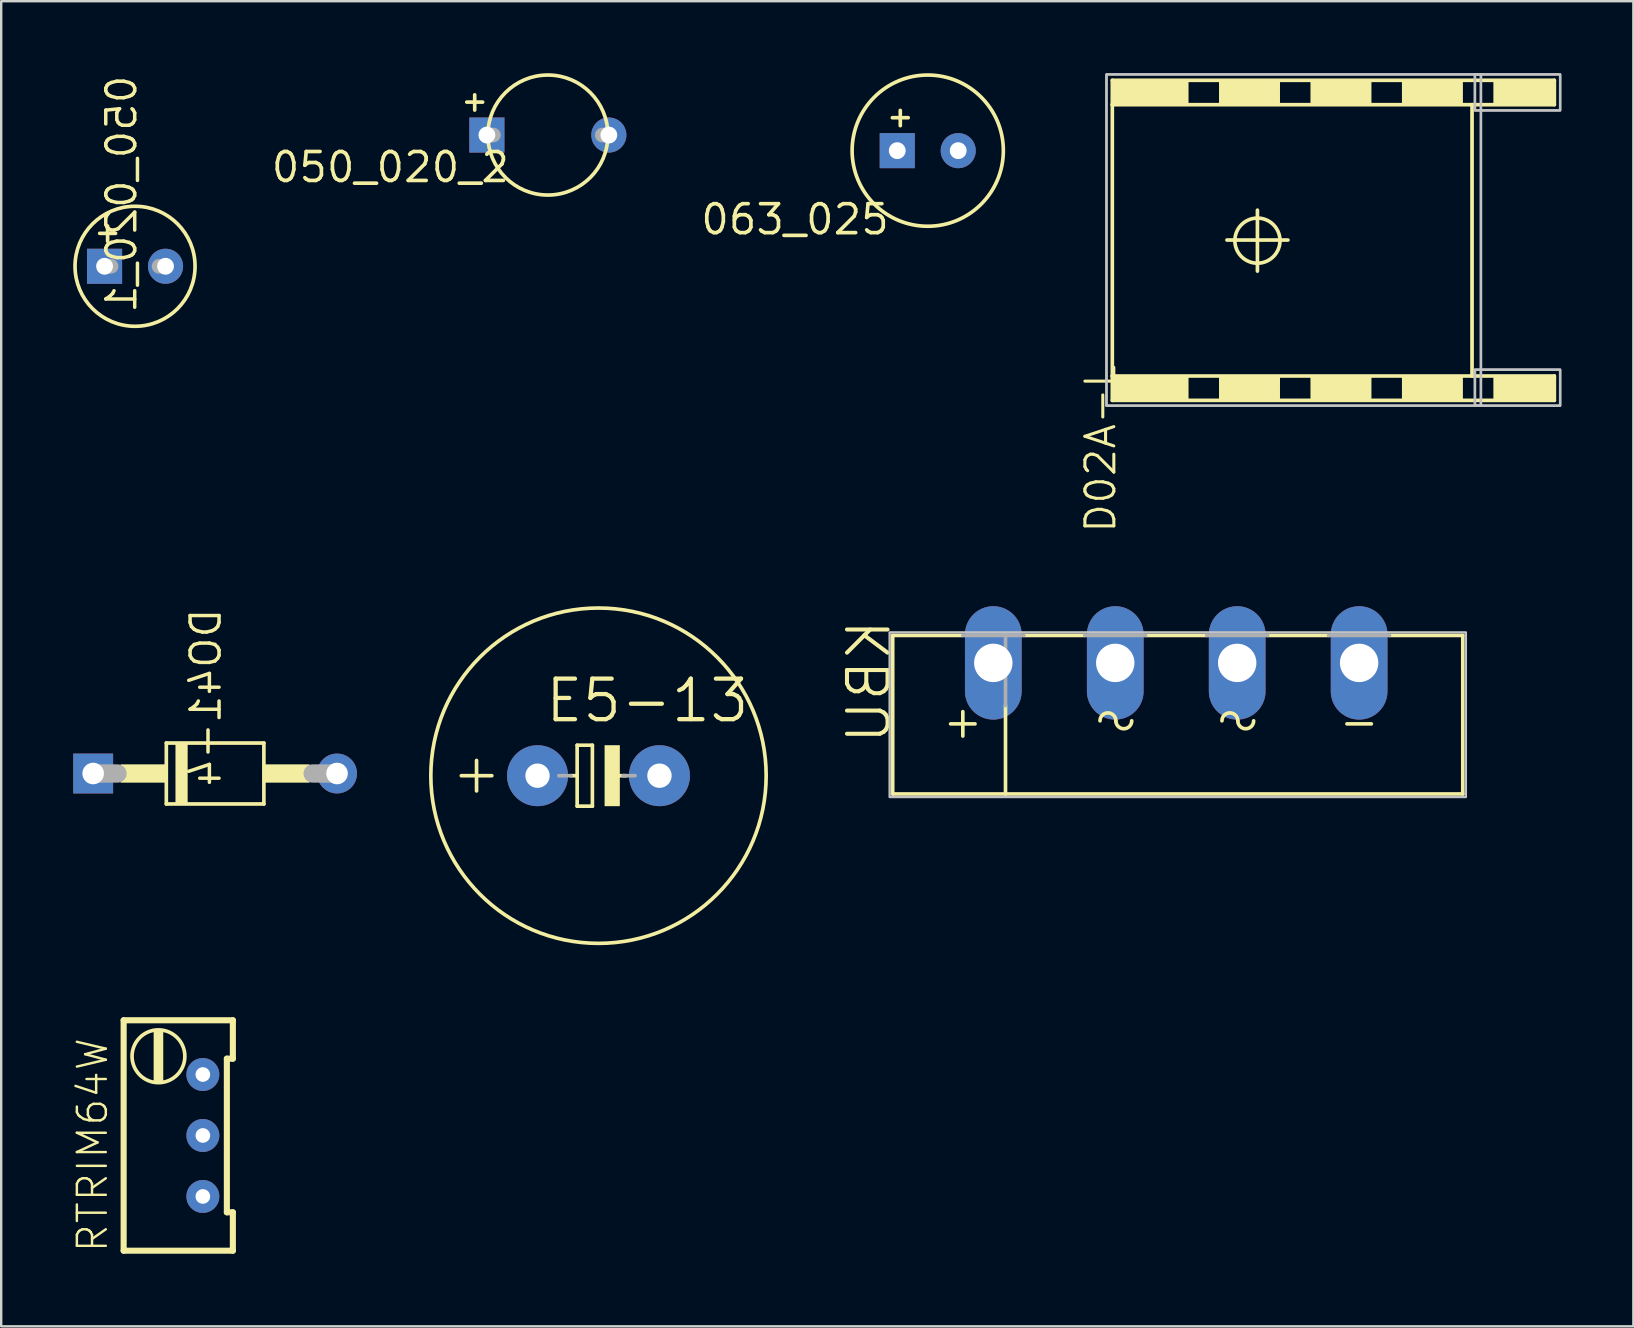
<source format=kicad_pcb>
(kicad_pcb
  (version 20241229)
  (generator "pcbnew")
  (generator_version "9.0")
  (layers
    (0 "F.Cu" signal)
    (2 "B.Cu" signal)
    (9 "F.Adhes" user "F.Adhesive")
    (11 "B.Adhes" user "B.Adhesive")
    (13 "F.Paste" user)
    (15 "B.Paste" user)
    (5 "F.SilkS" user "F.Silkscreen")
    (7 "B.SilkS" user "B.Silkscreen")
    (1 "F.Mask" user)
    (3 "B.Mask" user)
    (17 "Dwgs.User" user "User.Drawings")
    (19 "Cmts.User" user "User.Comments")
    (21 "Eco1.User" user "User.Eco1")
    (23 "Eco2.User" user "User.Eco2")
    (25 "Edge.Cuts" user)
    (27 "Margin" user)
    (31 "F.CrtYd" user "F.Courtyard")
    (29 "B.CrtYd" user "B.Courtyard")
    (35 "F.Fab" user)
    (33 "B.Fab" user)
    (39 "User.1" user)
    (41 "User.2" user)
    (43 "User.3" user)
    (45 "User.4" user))
  (footprint "050_020_1"
    (layer "F.Cu")
    (at 2.576 8.043)
    (property "Reference" "050_020_1" (at -1.27 2.032 270) (layer "F.SilkS") (effects (font (size 1.206 1.206) (thickness 0.145)) (justify right top mirror)))
    (attr through_hole)
    (fp_line (start -1.143 -1.676) (end -1.143 -1.041) (stroke (width 0.152) (type solid)) (layer "F.SilkS"))
    (fp_line (start -0.813 -1.372) (end -1.473 -1.372) (stroke (width 0.152) (type solid)) (layer "F.SilkS"))
    (fp_circle (center 0 0) (end 2.5 0) (stroke (width 0.152) (type solid)) (fill no) (layer "F.SilkS"))
    (fp_line (start -1 0) (end -1.25 0) (stroke (width 0.61) (type solid)) (layer "F.Fab"))
    (fp_line (start 1 0) (end 1.25 0) (stroke (width 0.61) (type solid)) (layer "F.Fab"))
    (pad "+" thru_hole rect (at -1.27 0) (size 1.462 1.462) (drill 0.7) (layers "*.Cu" "*.Mask"))
    (pad "-" thru_hole circle (at 1.27 0) (size 1.462 1.462) (drill 0.7) (layers "*.Cu" "*.Mask")))
  (footprint "KBU"
    (layer "F.Cu")
    (at 45.951 27.106)
    (property "Reference" "KBU" (at -11.811 -4.445 270) (layer "F.SilkS") (effects (font (size 1.689 1.689) (thickness 0.169)) (justify left bottom mirror)))
    (attr through_hole)
    (fp_line (start -11.811 -3.683) (end -8.89 -3.683) (stroke (width 0.152) (type solid)) (layer "F.SilkS"))
    (fp_line (start -11.811 2.921) (end -11.811 -3.683) (stroke (width 0.152) (type solid)) (layer "F.SilkS"))
    (fp_line (start -11.811 2.921) (end -7.112 2.921) (stroke (width 0.152) (type solid)) (layer "F.SilkS"))
    (fp_line (start -9.398 0) (end -8.382 0) (stroke (width 0.152) (type solid)) (layer "F.SilkS"))
    (fp_line (start -8.89 0.508) (end -8.89 -0.508) (stroke (width 0.152) (type solid)) (layer "F.SilkS"))
    (fp_line (start -7.112 -0.762) (end -7.112 2.921) (stroke (width 0.152) (type solid)) (layer "F.SilkS"))
    (fp_line (start -7.112 2.921) (end 11.938 2.921) (stroke (width 0.152) (type solid)) (layer "F.SilkS"))
    (fp_line (start -3.81 -3.683) (end -6.35 -3.683) (stroke (width 0.152) (type solid)) (layer "F.SilkS"))
    (fp_line (start -1.27 -3.683) (end 1.27 -3.683) (stroke (width 0.152) (type solid)) (layer "F.SilkS"))
    (fp_line (start 3.81 -3.683) (end 6.35 -3.683) (stroke (width 0.152) (type solid)) (layer "F.SilkS"))
    (fp_line (start 7.112 0) (end 8.128 0) (stroke (width 0.152) (type solid)) (layer "F.SilkS"))
    (fp_line (start 8.89 -3.683) (end 11.938 -3.683) (stroke (width 0.152) (type solid)) (layer "F.SilkS"))
    (fp_line (start 11.938 -3.683) (end 11.938 2.921) (stroke (width 0.152) (type solid)) (layer "F.SilkS"))
    (fp_arc (start -3.175 -0.127) (mid -2.844799 -0.457199) (end -2.5146 -0.126998) (stroke (width 0.1524) (type solid)) (layer "F.SilkS"))
    (fp_arc (start -1.8542 -0.127) (mid -2.1844 0.2032) (end -2.5146 -0.127) (stroke (width 0.1524) (type solid)) (layer "F.SilkS"))
    (fp_arc (start 1.905 -0.127) (mid 2.235201 -0.457199) (end 2.5654 -0.126998) (stroke (width 0.1524) (type solid)) (layer "F.SilkS"))
    (fp_arc (start 3.2258 -0.127) (mid 2.8956 0.2032) (end 2.5654 -0.127) (stroke (width 0.1524) (type solid)) (layer "F.SilkS"))
    (fp_poly (pts (xy -11.938 3.048) (xy 12.065 3.048) (xy 12.065 -3.81) (xy -11.938 -3.81)) (stroke (width 0.1) (type solid)) (fill no) (layer "Dwgs.User"))
    (fp_line (start -8.89 -3.683) (end -7.112 -3.683) (stroke (width 0.152) (type solid)) (layer "F.Fab"))
    (fp_line (start -7.112 -3.683) (end -7.112 -0.762) (stroke (width 0.152) (type solid)) (layer "F.Fab"))
    (fp_line (start -7.112 -3.683) (end -6.35 -3.683) (stroke (width 0.152) (type solid)) (layer "F.Fab"))
    (fp_line (start -1.27 -3.683) (end -3.81 -3.683) (stroke (width 0.152) (type solid)) (layer "F.Fab"))
    (fp_line (start 3.81 -3.683) (end 1.27 -3.683) (stroke (width 0.152) (type solid)) (layer "F.Fab"))
    (fp_line (start 8.89 -3.683) (end 6.35 -3.683) (stroke (width 0.152) (type solid)) (layer "F.Fab"))
    (pad "+" thru_hole oval (at -7.62 -2.54 90) (size 4.724 2.362) (drill 1.6) (layers "*.Cu" "*.Mask"))
    (pad "-" thru_hole oval (at 7.62 -2.54 90) (size 4.724 2.362) (drill 1.6) (layers "*.Cu" "*.Mask"))
    (pad "AC1" thru_hole oval (at -2.54 -2.54 90) (size 4.724 2.362) (drill 1.6) (layers "*.Cu" "*.Mask"))
    (pad "AC2" thru_hole oval (at 2.54 -2.54 90) (size 4.724 2.362) (drill 1.6) (layers "*.Cu" "*.Mask")))
  (footprint "E5-13"
    (layer "F.Cu")
    (at 21.883 29.265)
    (property "Reference" "E5-13" (at 6.375 -4.115 0) (layer "F.SilkS") (effects (font (size 1.689 1.689) (thickness 0.178)) (justify right top)))
    (attr through_hole)
    (fp_line (start -5.715 0) (end -4.445 0) (stroke (width 0.152) (type solid)) (layer "F.SilkS"))
    (fp_line (start -5.08 0.635) (end -5.08 -0.635) (stroke (width 0.152) (type solid)) (layer "F.SilkS"))
    (fp_line (start -1.143 0) (end -0.889 0) (stroke (width 0.152) (type solid)) (layer "F.SilkS"))
    (fp_line (start -0.889 -1.27) (end -0.889 0) (stroke (width 0.152) (type solid)) (layer "F.SilkS"))
    (fp_line (start -0.889 0) (end -0.889 1.27) (stroke (width 0.152) (type solid)) (layer "F.SilkS"))
    (fp_line (start -0.889 1.27) (end -0.254 1.27) (stroke (width 0.152) (type solid)) (layer "F.SilkS"))
    (fp_line (start -0.254 -1.27) (end -0.889 -1.27) (stroke (width 0.152) (type solid)) (layer "F.SilkS"))
    (fp_line (start -0.254 1.27) (end -0.254 -1.27) (stroke (width 0.152) (type solid)) (layer "F.SilkS"))
    (fp_line (start 0.635 0) (end 1.143 0) (stroke (width 0.152) (type solid)) (layer "F.SilkS"))
    (fp_circle (center 0 0) (end 6.985 0) (stroke (width 0.152) (type solid)) (fill no) (layer "F.SilkS"))
    (fp_poly (pts (xy 0.254 1.27) (xy 0.889 1.27) (xy 0.889 -1.27) (xy 0.254 -1.27)) (stroke (width 0) (type solid)) (fill yes) (layer "F.SilkS"))
    (fp_line (start -1.651 0) (end -1.143 0) (stroke (width 0.152) (type solid)) (layer "F.Fab"))
    (fp_line (start 1.016 0) (end 1.524 0) (stroke (width 0.152) (type solid)) (layer "F.Fab"))
    (pad "+" thru_hole circle (at -2.54 0) (size 2.54 2.54) (drill 1.016) (layers "*.Cu" "*.Mask"))
    (pad "-" thru_hole circle (at 2.54 0) (size 2.54 2.54) (drill 1.016) (layers "*.Cu" "*.Mask")))
  (footprint "DO41-4"
    (layer "F.Cu")
    (at 5.911 29.174)
    (property "Reference" "DO41-4" (at -1.092 0.635 270) (layer "F.SilkS") (effects (font (size 1.206 1.206) (thickness 0.145)) (justify right top mirror)))
    (attr through_hole)
    (fp_line (start -2.032 -1.27) (end -2.032 1.27) (stroke (width 0.152) (type solid)) (layer "F.SilkS"))
    (fp_line (start -2.032 -1.27) (end 2.032 -1.27) (stroke (width 0.152) (type solid)) (layer "F.SilkS"))
    (fp_line (start 2.032 1.27) (end -2.032 1.27) (stroke (width 0.152) (type solid)) (layer "F.SilkS"))
    (fp_line (start 2.032 1.27) (end 2.032 -1.27) (stroke (width 0.152) (type solid)) (layer "F.SilkS"))
    (fp_poly (pts (xy -3.937 0.381) (xy -2.032 0.381) (xy -2.032 -0.381) (xy -3.937 -0.381)) (stroke (width 0) (type solid)) (fill yes) (layer "F.SilkS"))
    (fp_poly (pts (xy -1.651 1.27) (xy -1.143 1.27) (xy -1.143 -1.27) (xy -1.651 -1.27)) (stroke (width 0) (type solid)) (fill yes) (layer "F.SilkS"))
    (fp_poly (pts (xy 2.032 0.381) (xy 3.937 0.381) (xy 3.937 -0.381) (xy 2.032 -0.381)) (stroke (width 0) (type solid)) (fill yes) (layer "F.SilkS"))
    (fp_line (start -5.08 0) (end -4.064 0) (stroke (width 0.762) (type solid)) (layer "F.Fab"))
    (fp_line (start 5.08 0) (end 4.064 0) (stroke (width 0.762) (type solid)) (layer "F.Fab"))
    (pad "A" thru_hole circle (at 5.08 0) (size 1.662 1.662) (drill 0.9) (layers "*.Cu" "*.Mask"))
    (pad "C" thru_hole rect (at -5.08 0) (size 1.662 1.662) (drill 0.9) (layers "*.Cu" "*.Mask")))
  (footprint "050_020_2"
    (layer "F.Cu")
    (at 19.774 2.576)
    (property "Reference" "050_020_2" (at -1.524 0.635 0) (layer "F.SilkS") (effects (font (size 1.206 1.206) (thickness 0.152)) (justify right top)))
    (attr through_hole)
    (fp_line (start -3.048 -1.676) (end -3.048 -1.041) (stroke (width 0.152) (type solid)) (layer "F.SilkS"))
    (fp_line (start -2.718 -1.372) (end -3.378 -1.372) (stroke (width 0.152) (type solid)) (layer "F.SilkS"))
    (fp_circle (center 0 0) (end 2.5 0) (stroke (width 0.152) (type solid)) (fill no) (layer "F.SilkS"))
    (fp_line (start -2.27 0) (end -2.52 0) (stroke (width 0.61) (type solid)) (layer "F.Fab"))
    (fp_line (start 2.27 0) (end 2.52 0) (stroke (width 0.61) (type solid)) (layer "F.Fab"))
    (pad "+" thru_hole rect (at -2.54 0) (size 1.462 1.462) (drill 0.7) (layers "*.Cu" "*.Mask"))
    (pad "-" thru_hole circle (at 2.54 0) (size 1.462 1.462) (drill 0.7) (layers "*.Cu" "*.Mask")))
  (footprint "D02A-L"
    (layer "F.Cu")
    (at 54.795 6.95)
    (property "Reference" "D02A-L" (at -12.7 5.105 90) (layer "F.SilkS") (effects (font (size 1.206 1.206) (thickness 0.127)) (justify right top)))
    (attr through_hole)
    (fp_line (start -11.506 -6.655) (end 6.909 -6.655) (stroke (width 0.152) (type solid)) (layer "F.SilkS"))
    (fp_line (start -11.506 -5.639) (end -11.506 -6.655) (stroke (width 0.152) (type solid)) (layer "F.SilkS"))
    (fp_line (start -11.506 5.664) (end -11.506 -5.639) (stroke (width 0.152) (type solid)) (layer "F.SilkS"))
    (fp_line (start -11.506 6.68) (end -11.506 5.664) (stroke (width 0.152) (type solid)) (layer "F.SilkS"))
    (fp_line (start -11.506 6.68) (end 6.909 6.68) (stroke (width 0.152) (type solid)) (layer "F.SilkS"))
    (fp_line (start -6.731 0) (end -4.191 0) (stroke (width 0.152) (type solid)) (layer "F.SilkS"))
    (fp_line (start -5.461 -1.245) (end -5.461 1.295) (stroke (width 0.152) (type solid)) (layer "F.SilkS"))
    (fp_line (start 3.48 -5.639) (end -11.506 -5.639) (stroke (width 0.152) (type solid)) (layer "F.SilkS"))
    (fp_line (start 3.48 5.664) (end -11.506 5.664) (stroke (width 0.152) (type solid)) (layer "F.SilkS"))
    (fp_line (start 3.48 5.664) (end 3.48 -5.639) (stroke (width 0.152) (type solid)) (layer "F.SilkS"))
    (fp_line (start 6.909 -5.639) (end 3.48 -5.639) (stroke (width 0.152) (type solid)) (layer "F.SilkS"))
    (fp_line (start 6.909 -5.639) (end 6.909 -6.655) (stroke (width 0.152) (type solid)) (layer "F.SilkS"))
    (fp_line (start 6.909 5.664) (end 3.48 5.664) (stroke (width 0.152) (type solid)) (layer "F.SilkS"))
    (fp_line (start 6.909 5.664) (end 6.909 6.68) (stroke (width 0.152) (type solid)) (layer "F.SilkS"))
    (fp_circle (center -5.461 0.025) (end -4.521 0.025) (stroke (width 0.152) (type solid)) (fill no) (layer "F.SilkS"))
    (fp_poly (pts (xy -11.506 -5.639) (xy -8.331 -5.639) (xy -8.331 -6.655) (xy -11.506 -6.655)) (stroke (width 0) (type solid)) (fill yes) (layer "F.SilkS"))
    (fp_poly (pts (xy -11.506 6.68) (xy -8.331 6.68) (xy -8.331 5.664) (xy -11.506 5.664)) (stroke (width 0) (type solid)) (fill yes) (layer "F.SilkS"))
    (fp_poly (pts (xy -7.061 -5.639) (xy -4.521 -5.639) (xy -4.521 -6.655) (xy -7.061 -6.655)) (stroke (width 0) (type solid)) (fill yes) (layer "F.SilkS"))
    (fp_poly (pts (xy -7.061 6.68) (xy -4.521 6.68) (xy -4.521 5.664) (xy -7.061 5.664)) (stroke (width 0) (type solid)) (fill yes) (layer "F.SilkS"))
    (fp_poly (pts (xy -3.251 -5.639) (xy -0.711 -5.639) (xy -0.711 -6.655) (xy -3.251 -6.655)) (stroke (width 0) (type solid)) (fill yes) (layer "F.SilkS"))
    (fp_poly (pts (xy -3.251 6.68) (xy -0.711 6.68) (xy -0.711 5.664) (xy -3.251 5.664)) (stroke (width 0) (type solid)) (fill yes) (layer "F.SilkS"))
    (fp_poly (pts (xy 0.559 -5.639) (xy 3.099 -5.639) (xy 3.099 -6.655) (xy 0.559 -6.655)) (stroke (width 0) (type solid)) (fill yes) (layer "F.SilkS"))
    (fp_poly (pts (xy 0.559 6.68) (xy 3.099 6.68) (xy 3.099 5.664) (xy 0.559 5.664)) (stroke (width 0) (type solid)) (fill yes) (layer "F.SilkS"))
    (fp_poly (pts (xy 4.369 -5.639) (xy 6.909 -5.639) (xy 6.909 -6.655) (xy 4.369 -6.655)) (stroke (width 0) (type solid)) (fill yes) (layer "F.SilkS"))
    (fp_poly (pts (xy 4.369 6.68) (xy 6.909 6.68) (xy 6.909 5.664) (xy 4.369 5.664)) (stroke (width 0) (type solid)) (fill yes) (layer "F.SilkS"))
    (fp_poly (pts (xy -11.75 6.9) (xy 3.85 6.9) (xy 3.85 -6.9) (xy -11.75 -6.9)) (stroke (width 0.1) (type solid)) (fill no) (layer "Dwgs.User"))
    (fp_poly (pts (xy -11.75 6.9) (xy 3.85 6.9) (xy 3.85 -6.9) (xy -11.75 -6.9)) (stroke (width 0.1) (type solid)) (fill no) (layer "Dwgs.User"))
    (fp_poly (pts (xy 3.6 -5.4) (xy 7.15 -5.4) (xy 7.15 -6.9) (xy 3.6 -6.9)) (stroke (width 0.1) (type solid)) (fill no) (layer "Dwgs.User"))
    (fp_poly (pts (xy 3.6 -5.4) (xy 7.15 -5.4) (xy 7.15 -6.9) (xy 3.6 -6.9)) (stroke (width 0.1) (type solid)) (fill no) (layer "Dwgs.User"))
    (fp_poly (pts (xy 3.6 6.9) (xy 7.15 6.9) (xy 7.15 5.4) (xy 3.6 5.4)) (stroke (width 0.1) (type solid)) (fill no) (layer "Dwgs.User"))
    (fp_poly (pts (xy 3.6 6.9) (xy 7.15 6.9) (xy 7.15 5.4) (xy 3.6 5.4)) (stroke (width 0.1) (type solid)) (fill no) (layer "Dwgs.User")))
  (footprint "RTRIM64W"
    (layer "F.Cu")
    (at 4.131 44.254)
    (property "Reference" "RTRIM64W" (at -2.62 4.95 90) (layer "F.SilkS") (effects (font (size 1.206 1.206) (thickness 0.102)) (justify left bottom)))
    (attr through_hole)
    (fp_line (start -2.03 -4.8) (end 2.52 -4.8) (stroke (width 0.254) (type solid)) (layer "F.SilkS"))
    (fp_line (start -2.03 4.8) (end -2.03 -4.8) (stroke (width 0.254) (type solid)) (layer "F.SilkS"))
    (fp_line (start 2.27 -3.2) (end 2.27 3.2) (stroke (width 0.254) (type solid)) (layer "F.SilkS"))
    (fp_line (start 2.27 3.2) (end 2.52 3.2) (stroke (width 0.254) (type solid)) (layer "F.SilkS"))
    (fp_line (start 2.52 -4.8) (end 2.52 -3.2) (stroke (width 0.254) (type solid)) (layer "F.SilkS"))
    (fp_line (start 2.52 -3.2) (end 2.27 -3.2) (stroke (width 0.254) (type solid)) (layer "F.SilkS"))
    (fp_line (start 2.52 3.2) (end 2.52 4.8) (stroke (width 0.254) (type solid)) (layer "F.SilkS"))
    (fp_line (start 2.52 4.8) (end -2.03 4.8) (stroke (width 0.254) (type solid)) (layer "F.SilkS"))
    (fp_circle (center -0.58 -3.3) (end 0.52 -3.3) (stroke (width 0.152) (type solid)) (fill no) (layer "F.SilkS"))
    (fp_poly (pts (xy -0.78 -2.25) (xy -0.38 -2.25) (xy -0.38 -4.35) (xy -0.78 -4.35)) (stroke (width 0) (type solid)) (fill yes) (layer "F.SilkS"))
    (pad "1" thru_hole circle (at 1.27 2.54) (size 1.372 1.372) (drill 0.61) (layers "*.Cu" "*.Mask"))
    (pad "2" thru_hole circle (at 1.27 0) (size 1.372 1.372) (drill 0.61) (layers "*.Cu" "*.Mask"))
    (pad "3" thru_hole circle (at 1.27 -2.54) (size 1.372 1.372) (drill 0.61) (layers "*.Cu" "*.Mask")))
  (footprint "063_025"
    (layer "F.Cu")
    (at 35.599 3.226)
    (property "Reference" "063_025" (at -1.524 2.159 0) (layer "F.SilkS") (effects (font (size 1.206 1.206) (thickness 0.152)) (justify right top)))
    (attr through_hole)
    (fp_line (start -1.143 -1.676) (end -1.143 -1.041) (stroke (width 0.152) (type solid)) (layer "F.SilkS"))
    (fp_line (start -0.813 -1.372) (end -1.473 -1.372) (stroke (width 0.152) (type solid)) (layer "F.SilkS"))
    (fp_circle (center 0 0) (end 3.15 0) (stroke (width 0.152) (type solid)) (fill no) (layer "F.SilkS"))
    (fp_line (start -1.27 0) (end -1.295 0) (stroke (width 0.61) (type solid)) (layer "F.Fab"))
    (fp_line (start 1.27 0) (end 1.295 0) (stroke (width 0.61) (type solid)) (layer "F.Fab"))
    (pad "+" thru_hole rect (at -1.27 0) (size 1.462 1.462) (drill 0.7) (layers "*.Cu" "*.Mask"))
    (pad "-" thru_hole circle (at 1.27 0) (size 1.462 1.462) (drill 0.7) (layers "*.Cu" "*.Mask")))
  (gr_rect
    (start -3 -3)
    (end 64.995 52.204)
    (stroke (width 0.1) (type default))
    (fill no)
    (layer "Edge.Cuts")))
</source>
